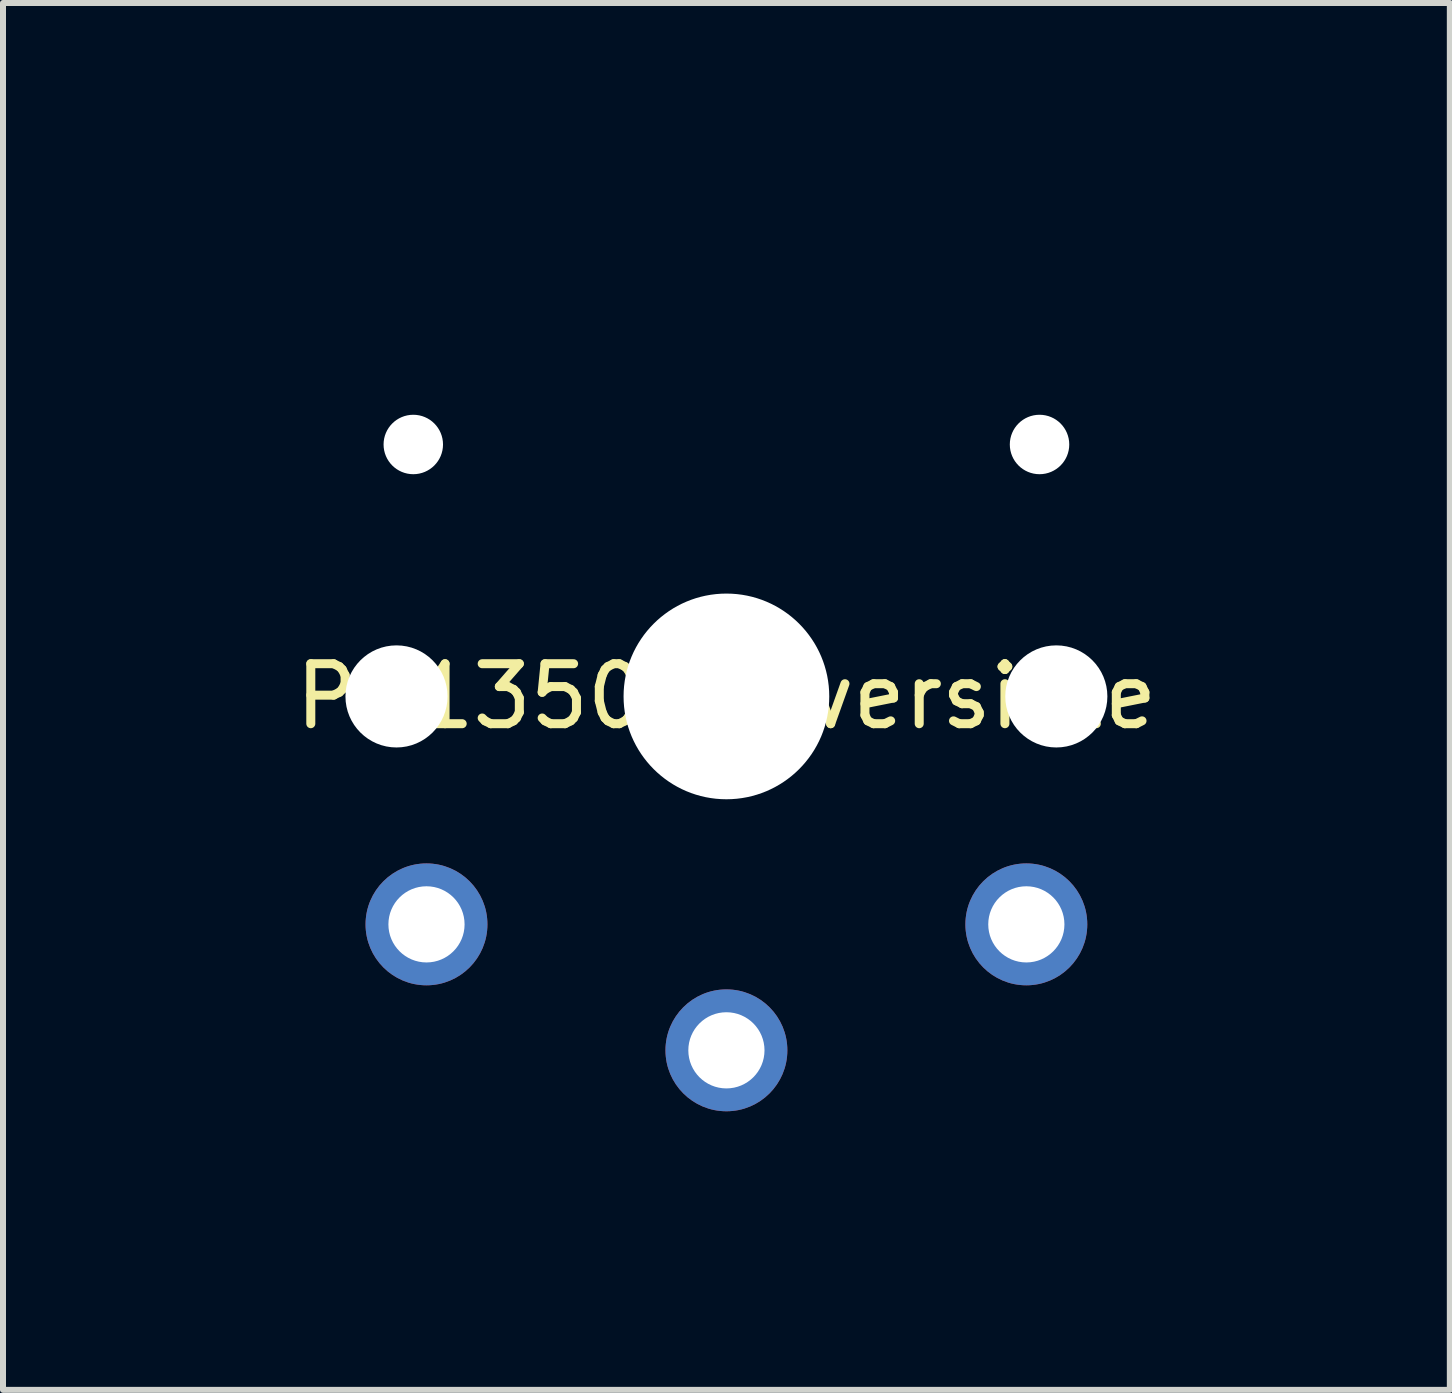
<source format=kicad_pcb>
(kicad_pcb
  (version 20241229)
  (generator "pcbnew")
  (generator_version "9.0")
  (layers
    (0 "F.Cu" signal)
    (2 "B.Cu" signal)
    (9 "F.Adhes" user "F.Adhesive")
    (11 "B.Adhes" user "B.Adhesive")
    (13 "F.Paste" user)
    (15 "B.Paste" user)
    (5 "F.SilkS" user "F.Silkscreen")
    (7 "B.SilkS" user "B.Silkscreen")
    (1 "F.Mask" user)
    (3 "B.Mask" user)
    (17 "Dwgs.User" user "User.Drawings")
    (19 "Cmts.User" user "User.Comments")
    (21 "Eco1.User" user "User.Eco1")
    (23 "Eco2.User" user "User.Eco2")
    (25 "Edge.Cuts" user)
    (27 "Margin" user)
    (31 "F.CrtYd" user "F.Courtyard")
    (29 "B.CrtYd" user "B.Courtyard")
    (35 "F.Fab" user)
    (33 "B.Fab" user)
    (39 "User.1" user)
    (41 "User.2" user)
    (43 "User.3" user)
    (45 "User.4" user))
  (footprint "PG1350-reversible"
    (layer "F.Cu")
    (at 9.06 8.56)
    (property "Reference" "PG1350-reversible" (at 0 0 0) (layer "F.SilkS") (effects (font (size 1 1) (thickness 0.15))))
    (attr through_hole)
    (fp_line (start -9 -8.5) (end 9 -8.5) (stroke (width 0.12) (type solid)) (layer "Eco1.User"))
    (fp_line (start -9 8.5) (end -9 -8.5) (stroke (width 0.12) (type solid)) (layer "Eco1.User"))
    (fp_line (start 9 -8.5) (end 9 8.5) (stroke (width 0.12) (type solid)) (layer "Eco1.User"))
    (fp_line (start 9 8.5) (end -9 8.5) (stroke (width 0.12) (type solid)) (layer "Eco1.User"))
    (fp_line (start -6.9 6.9) (end -6.9 -6.9) (stroke (width 0.15) (type solid)) (layer "Eco2.User"))
    (fp_line (start -6.9 6.9) (end 6.9 6.9) (stroke (width 0.15) (type solid)) (layer "Eco2.User"))
    (fp_line (start -2.6 -3.1) (end -2.6 -6.3) (stroke (width 0.15) (type solid)) (layer "Eco2.User"))
    (fp_line (start -2.6 -3.1) (end 2.6 -3.1) (stroke (width 0.15) (type solid)) (layer "Eco2.User"))
    (fp_line (start 2.6 -6.3) (end -2.6 -6.3) (stroke (width 0.15) (type solid)) (layer "Eco2.User"))
    (fp_line (start 2.6 -3.1) (end 2.6 -6.3) (stroke (width 0.15) (type solid)) (layer "Eco2.User"))
    (fp_line (start 6.9 -6.9) (end -6.9 -6.9) (stroke (width 0.15) (type solid)) (layer "Eco2.User"))
    (fp_line (start 6.9 -6.9) (end 6.9 6.9) (stroke (width 0.15) (type solid)) (layer "Eco2.User"))
    (pad "" np_thru_hole circle (at -5.5 0) (size 1.702 1.702) (drill 1.702) (layers "*.Cu" "*.Mask"))
    (pad "" np_thru_hole circle (at -5.22 -4.2) (size 0.991 0.991) (drill 0.991) (layers "*.Cu" "*.Mask"))
    (pad "" np_thru_hole circle (at 0 0) (size 3.429 3.429) (drill 3.429) (layers "*.Cu" "*.Mask"))
    (pad "" np_thru_hole circle (at 5.22 -4.2) (size 0.991 0.991) (drill 0.991) (layers "*.Cu" "*.Mask"))
    (pad "" np_thru_hole circle (at 5.5 0) (size 1.702 1.702) (drill 1.702) (layers "*.Cu" "*.Mask"))
    (pad "1" thru_hole circle (at 0 5.9) (size 2.032 2.032) (drill 1.27) (layers "*.Cu" "*.Mask"))
    (pad "2" thru_hole circle (at -5 3.8) (size 2.032 2.032) (drill 1.27) (layers "*.Cu" "*.Mask"))
    (pad "2" thru_hole circle (at 5 3.8 270) (size 2.032 2.032) (drill 1.27) (layers "*.Cu" "*.Mask")))
  (gr_rect
    (start -3 -3)
    (end 21.12 20.12)
    (stroke (width 0.1) (type default))
    (fill no)
    (layer "Edge.Cuts")))
</source>
